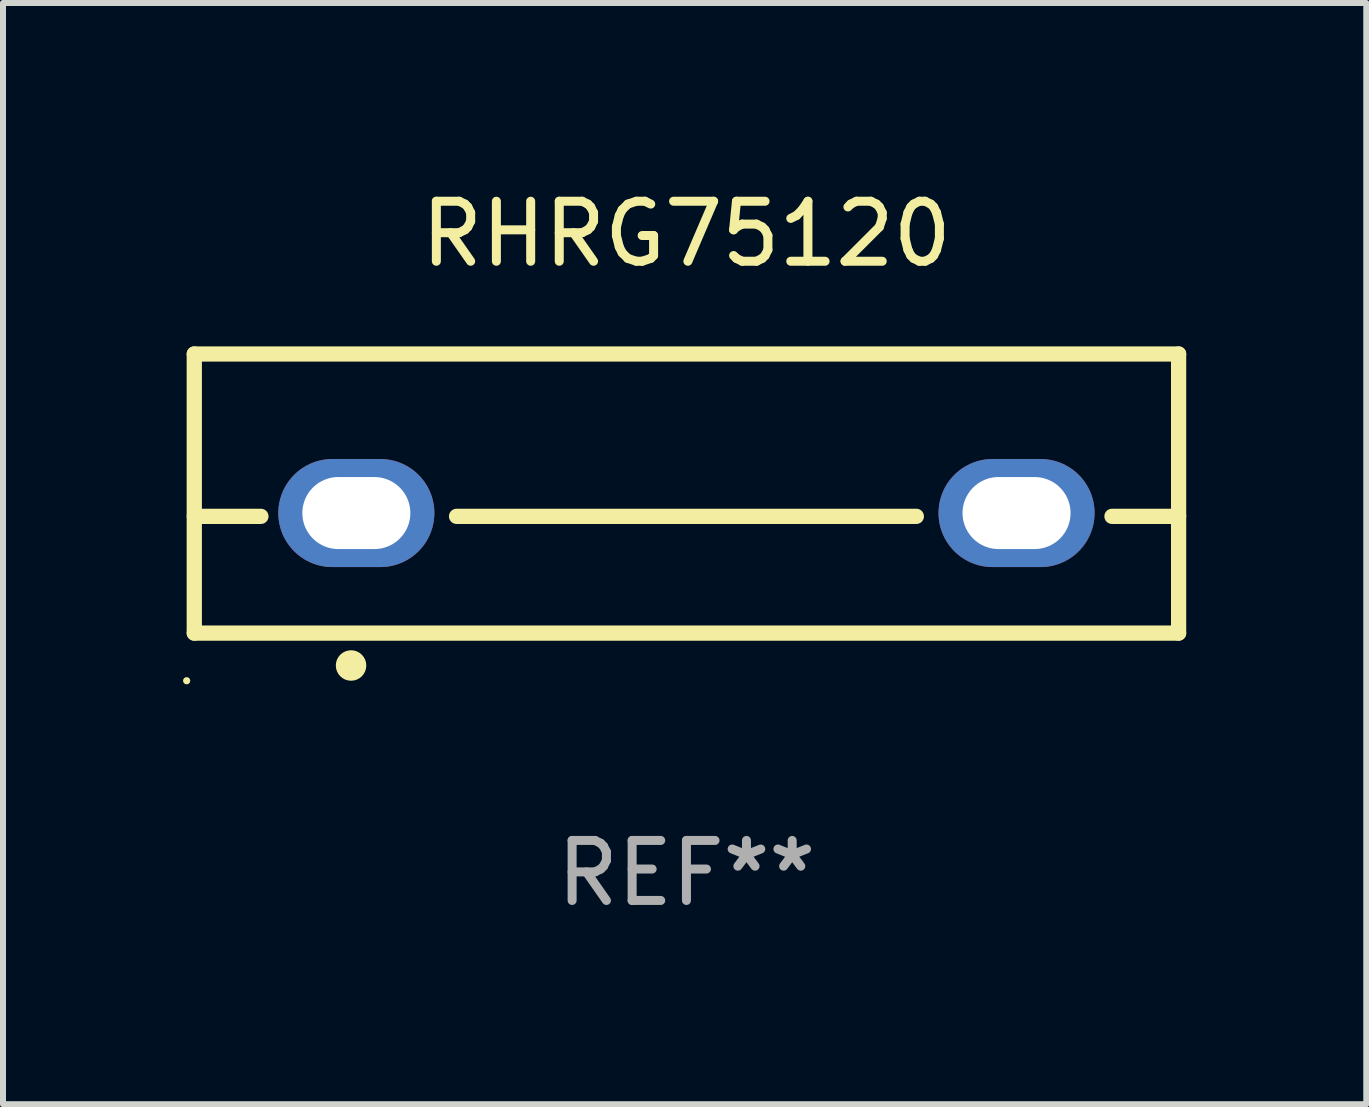
<source format=kicad_pcb>
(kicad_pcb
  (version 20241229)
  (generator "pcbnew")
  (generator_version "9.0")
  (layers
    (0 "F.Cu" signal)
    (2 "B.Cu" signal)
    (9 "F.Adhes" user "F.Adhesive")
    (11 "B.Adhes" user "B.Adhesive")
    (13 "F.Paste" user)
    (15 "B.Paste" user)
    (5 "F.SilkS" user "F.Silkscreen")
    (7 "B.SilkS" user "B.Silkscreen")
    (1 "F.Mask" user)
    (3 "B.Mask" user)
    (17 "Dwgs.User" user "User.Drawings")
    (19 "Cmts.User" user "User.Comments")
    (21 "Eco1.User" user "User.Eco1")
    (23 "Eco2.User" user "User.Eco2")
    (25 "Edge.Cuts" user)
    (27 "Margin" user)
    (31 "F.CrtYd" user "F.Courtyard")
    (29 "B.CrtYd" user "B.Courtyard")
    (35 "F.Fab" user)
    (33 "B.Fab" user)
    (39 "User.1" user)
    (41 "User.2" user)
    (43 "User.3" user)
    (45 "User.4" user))
  (footprint "RHRG75120"
    (layer "F.Cu")
    (at 8.387 5.173)
    (property "Reference" "RHRG75120" (at 0 -4.325 0) (layer "F.SilkS") (effects (font (size 1 1) (thickness 0.15))))
    (attr through_hole)
    (fp_line (start -8.2 -2.325) (end -8.2 2.325) (stroke (width 0.254) (type solid)) (layer "F.SilkS"))
    (fp_line (start -8.2 -2.325) (end 8.2 -2.325) (stroke (width 0.254) (type solid)) (layer "F.SilkS"))
    (fp_line (start -8.2 0.38) (end -7.09 0.38) (stroke (width 0.254) (type solid)) (layer "F.SilkS"))
    (fp_line (start -8.2 2.325) (end 8.2 2.325) (stroke (width 0.254) (type solid)) (layer "F.SilkS"))
    (fp_line (start -3.83 0.38) (end 3.83 0.38) (stroke (width 0.254) (type solid)) (layer "F.SilkS"))
    (fp_line (start 7.09 0.38) (end 8.2 0.38) (stroke (width 0.254) (type solid)) (layer "F.SilkS"))
    (fp_line (start 8.2 -2.325) (end 8.2 2.325) (stroke (width 0.254) (type solid)) (layer "F.SilkS"))
    (fp_circle (center -8.327 3.119) (end -8.297 3.119) (stroke (width 0.06) (type solid)) (fill no) (layer "F.SilkS"))
    (fp_circle (center -5.588 2.865) (end -5.461 2.865) (stroke (width 0.254) (type solid)) (fill no) (layer "F.SilkS"))
    (fp_text user "REF**" (at 0 6.325 0) (layer "F.Fab") (effects (font (size 1 1) (thickness 0.15))))
    (pad "1" thru_hole oval (at -5.5 0.325) (size 2.6 1.8) (drill oval 1.8 1.2) (layers "*.Cu" "*.Mask"))
    (pad "3" thru_hole oval (at 5.5 0.325) (size 2.6 1.8) (drill oval 1.8 1.2) (layers "*.Cu" "*.Mask")))
  (gr_rect
    (start -3 -3)
    (end 19.714 15.347)
    (stroke (width 0.1) (type default))
    (fill no)
    (layer "Edge.Cuts")))
</source>
